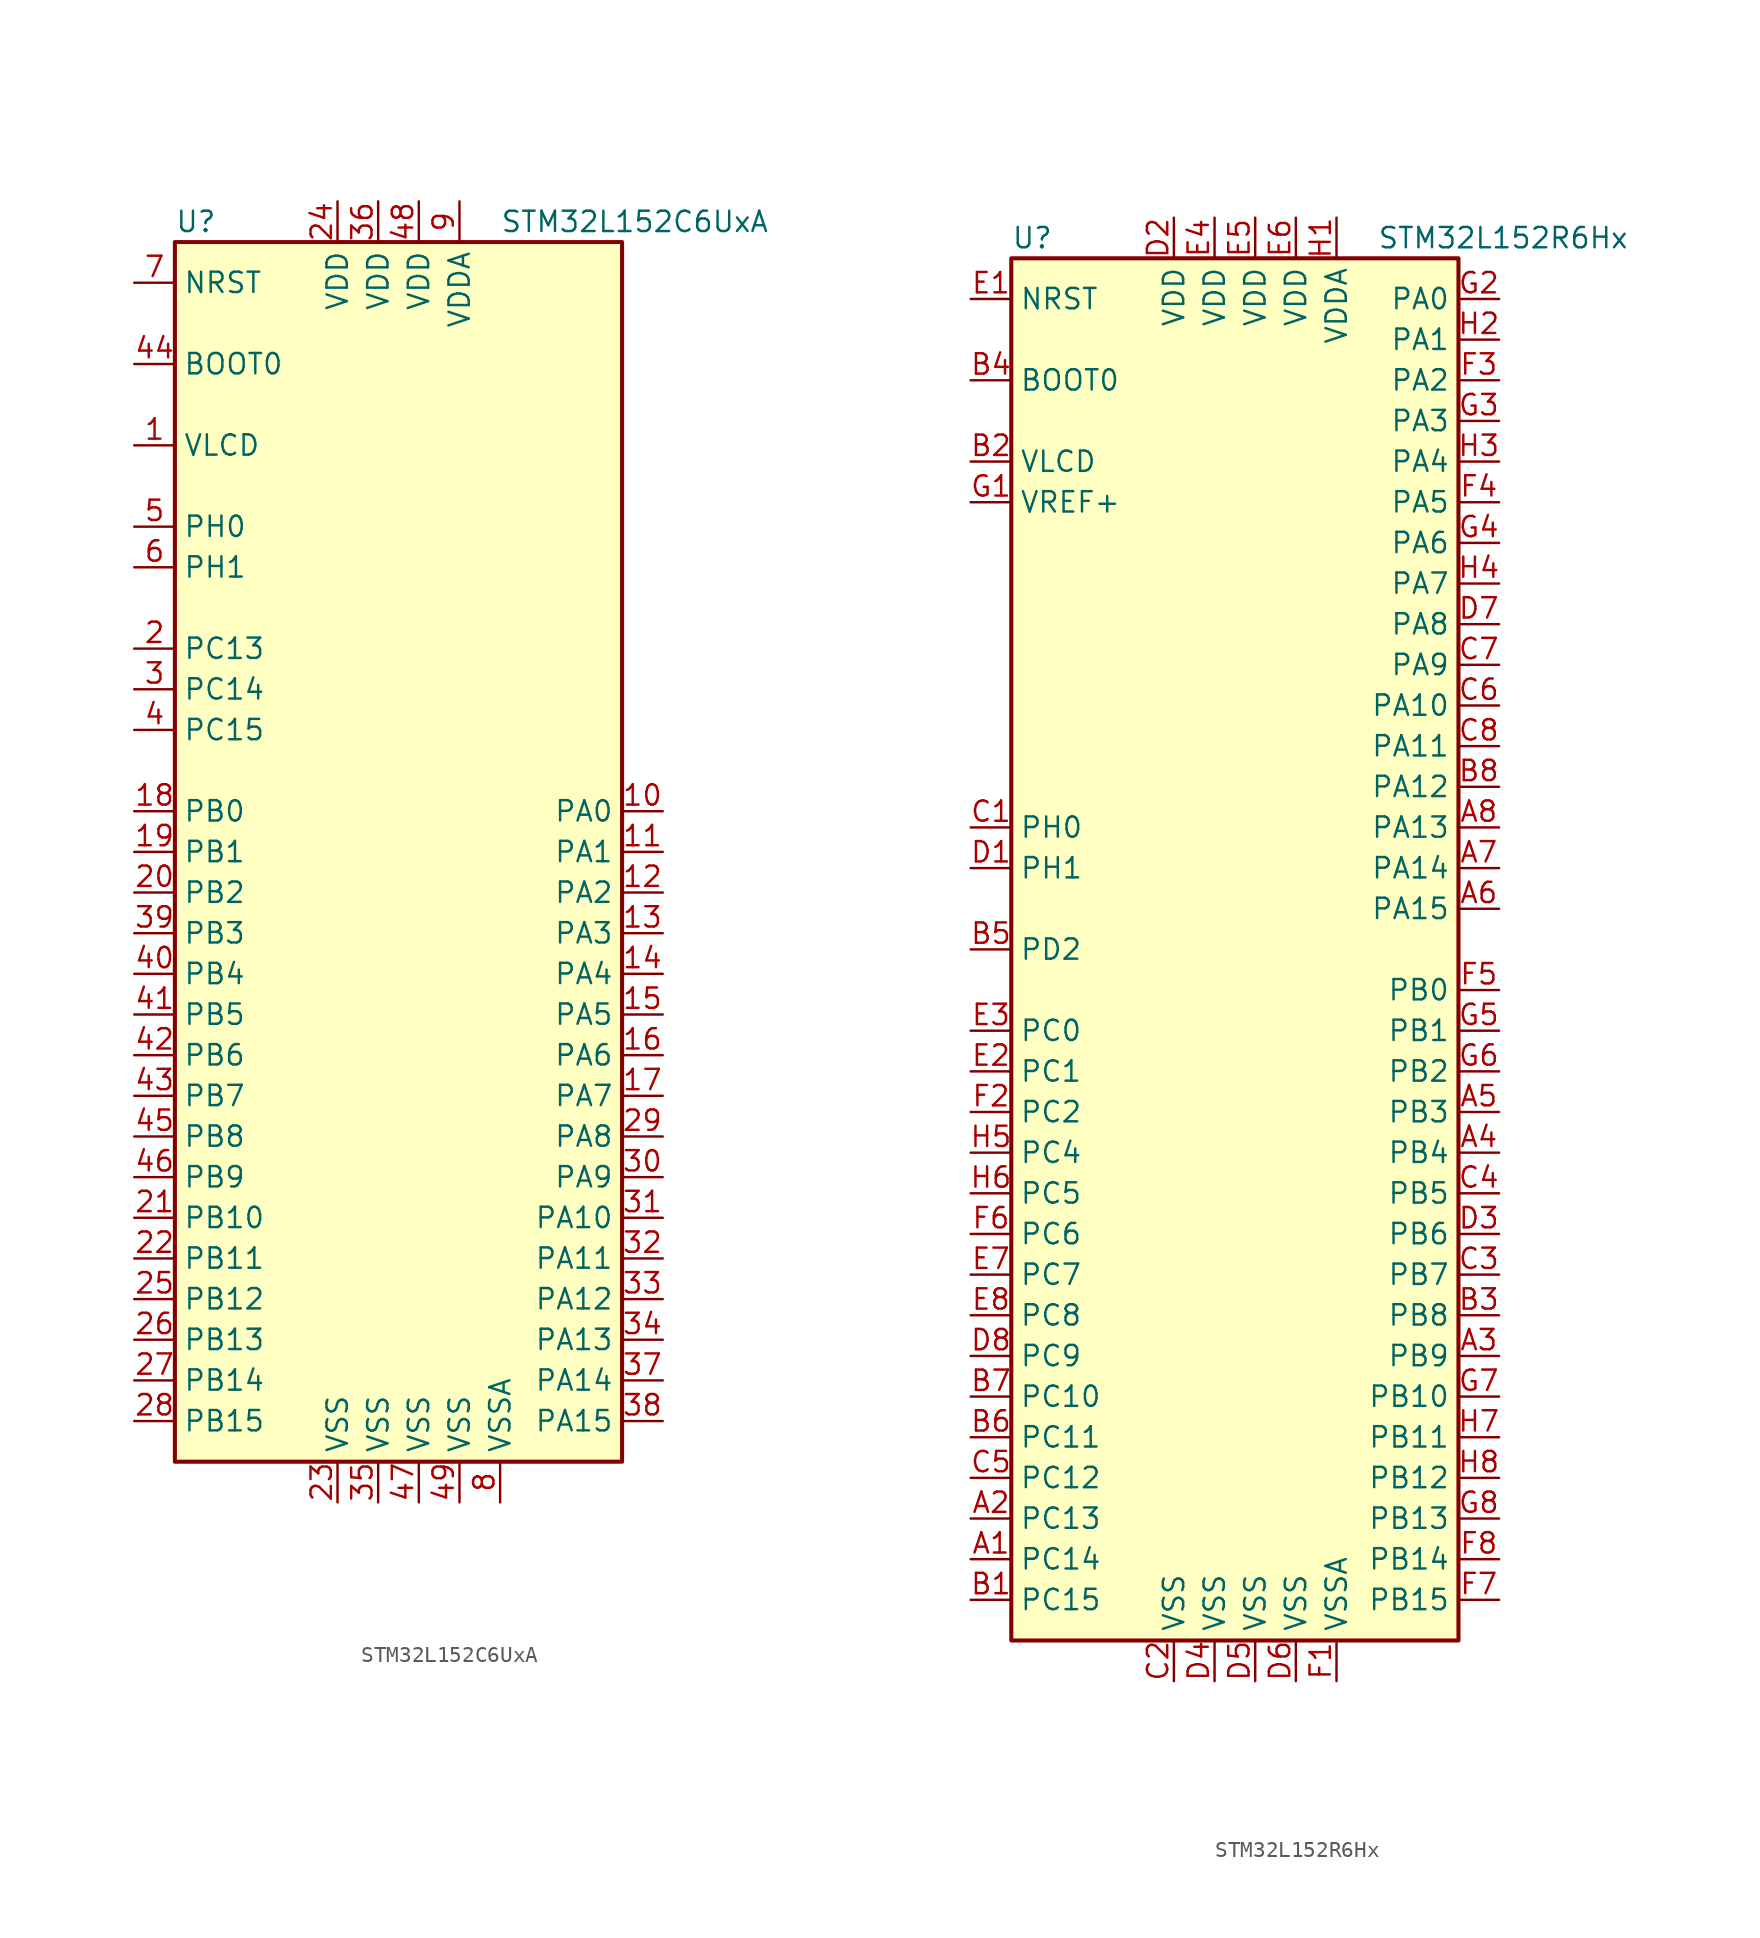
<source format=kicad_sym>
(kicad_symbol_lib
  (version 20201005)
  (generator kicad_symbol_editor)
  (symbol "STM32L152C6UxA"
    (property "Reference" "U"
      (at -15.24 39.37 0)
      (effects (font (size 1.27 1.27)) (justify left)))
    (property "Value" "STM32L152C6UxA"
      (at 5.08 39.37 0)
      (effects (font (size 1.27 1.27)) (justify left)))
    (symbol "STM32L152C6UxA_0_1"
      (rectangle (start -15.24 -38.1) (end 12.7 38.1) (stroke (width 0.254)) (fill (type background))))
    (symbol "STM32L152C6UxA_1_1"
      (pin input line (at -17.78 30.48 0) (length 2.54) (name "BOOT0" (effects (font (size 1.27 1.27)))) (number "44" (effects (font (size 1.27 1.27)))))
      (pin input line (at -17.78 35.56 0) (length 2.54) (name "NRST" (effects (font (size 1.27 1.27)))) (number "7" (effects (font (size 1.27 1.27)))))
      (pin bidirectional line (at 15.24 2.54 180) (length 2.54) (name "PA0" (effects (font (size 1.27 1.27)))) (number "10" (effects (font (size 1.27 1.27)))))
      (pin bidirectional line (at 15.24 0 180) (length 2.54) (name "PA1" (effects (font (size 1.27 1.27)))) (number "11" (effects (font (size 1.27 1.27)))))
      (pin bidirectional line (at 15.24 -22.86 180) (length 2.54) (name "PA10" (effects (font (size 1.27 1.27)))) (number "31" (effects (font (size 1.27 1.27)))))
      (pin bidirectional line (at 15.24 -25.4 180) (length 2.54) (name "PA11" (effects (font (size 1.27 1.27)))) (number "32" (effects (font (size 1.27 1.27)))))
      (pin bidirectional line (at 15.24 -27.94 180) (length 2.54) (name "PA12" (effects (font (size 1.27 1.27)))) (number "33" (effects (font (size 1.27 1.27)))))
      (pin bidirectional line (at 15.24 -30.48 180) (length 2.54) (name "PA13" (effects (font (size 1.27 1.27)))) (number "34" (effects (font (size 1.27 1.27)))))
      (pin bidirectional line (at 15.24 -33.02 180) (length 2.54) (name "PA14" (effects (font (size 1.27 1.27)))) (number "37" (effects (font (size 1.27 1.27)))))
      (pin bidirectional line (at 15.24 -35.56 180) (length 2.54) (name "PA15" (effects (font (size 1.27 1.27)))) (number "38" (effects (font (size 1.27 1.27)))))
      (pin bidirectional line (at 15.24 -2.54 180) (length 2.54) (name "PA2" (effects (font (size 1.27 1.27)))) (number "12" (effects (font (size 1.27 1.27)))))
      (pin bidirectional line (at 15.24 -5.08 180) (length 2.54) (name "PA3" (effects (font (size 1.27 1.27)))) (number "13" (effects (font (size 1.27 1.27)))))
      (pin bidirectional line (at 15.24 -7.62 180) (length 2.54) (name "PA4" (effects (font (size 1.27 1.27)))) (number "14" (effects (font (size 1.27 1.27)))))
      (pin bidirectional line (at 15.24 -10.16 180) (length 2.54) (name "PA5" (effects (font (size 1.27 1.27)))) (number "15" (effects (font (size 1.27 1.27)))))
      (pin bidirectional line (at 15.24 -12.7 180) (length 2.54) (name "PA6" (effects (font (size 1.27 1.27)))) (number "16" (effects (font (size 1.27 1.27)))))
      (pin bidirectional line (at 15.24 -15.24 180) (length 2.54) (name "PA7" (effects (font (size 1.27 1.27)))) (number "17" (effects (font (size 1.27 1.27)))))
      (pin bidirectional line (at 15.24 -17.78 180) (length 2.54) (name "PA8" (effects (font (size 1.27 1.27)))) (number "29" (effects (font (size 1.27 1.27)))))
      (pin bidirectional line (at 15.24 -20.32 180) (length 2.54) (name "PA9" (effects (font (size 1.27 1.27)))) (number "30" (effects (font (size 1.27 1.27)))))
      (pin bidirectional line (at -17.78 2.54 0) (length 2.54) (name "PB0" (effects (font (size 1.27 1.27)))) (number "18" (effects (font (size 1.27 1.27)))))
      (pin bidirectional line (at -17.78 0 0) (length 2.54) (name "PB1" (effects (font (size 1.27 1.27)))) (number "19" (effects (font (size 1.27 1.27)))))
      (pin bidirectional line (at -17.78 -22.86 0) (length 2.54) (name "PB10" (effects (font (size 1.27 1.27)))) (number "21" (effects (font (size 1.27 1.27)))))
      (pin bidirectional line (at -17.78 -25.4 0) (length 2.54) (name "PB11" (effects (font (size 1.27 1.27)))) (number "22" (effects (font (size 1.27 1.27)))))
      (pin bidirectional line (at -17.78 -27.94 0) (length 2.54) (name "PB12" (effects (font (size 1.27 1.27)))) (number "25" (effects (font (size 1.27 1.27)))))
      (pin bidirectional line (at -17.78 -30.48 0) (length 2.54) (name "PB13" (effects (font (size 1.27 1.27)))) (number "26" (effects (font (size 1.27 1.27)))))
      (pin bidirectional line (at -17.78 -33.02 0) (length 2.54) (name "PB14" (effects (font (size 1.27 1.27)))) (number "27" (effects (font (size 1.27 1.27)))))
      (pin bidirectional line (at -17.78 -35.56 0) (length 2.54) (name "PB15" (effects (font (size 1.27 1.27)))) (number "28" (effects (font (size 1.27 1.27)))))
      (pin bidirectional line (at -17.78 -2.54 0) (length 2.54) (name "PB2" (effects (font (size 1.27 1.27)))) (number "20" (effects (font (size 1.27 1.27)))))
      (pin bidirectional line (at -17.78 -5.08 0) (length 2.54) (name "PB3" (effects (font (size 1.27 1.27)))) (number "39" (effects (font (size 1.27 1.27)))))
      (pin bidirectional line (at -17.78 -7.62 0) (length 2.54) (name "PB4" (effects (font (size 1.27 1.27)))) (number "40" (effects (font (size 1.27 1.27)))))
      (pin bidirectional line (at -17.78 -10.16 0) (length 2.54) (name "PB5" (effects (font (size 1.27 1.27)))) (number "41" (effects (font (size 1.27 1.27)))))
      (pin bidirectional line (at -17.78 -12.7 0) (length 2.54) (name "PB6" (effects (font (size 1.27 1.27)))) (number "42" (effects (font (size 1.27 1.27)))))
      (pin bidirectional line (at -17.78 -15.24 0) (length 2.54) (name "PB7" (effects (font (size 1.27 1.27)))) (number "43" (effects (font (size 1.27 1.27)))))
      (pin bidirectional line (at -17.78 -17.78 0) (length 2.54) (name "PB8" (effects (font (size 1.27 1.27)))) (number "45" (effects (font (size 1.27 1.27)))))
      (pin bidirectional line (at -17.78 -20.32 0) (length 2.54) (name "PB9" (effects (font (size 1.27 1.27)))) (number "46" (effects (font (size 1.27 1.27)))))
      (pin bidirectional line (at -17.78 12.7 0) (length 2.54) (name "PC13" (effects (font (size 1.27 1.27)))) (number "2" (effects (font (size 1.27 1.27)))))
      (pin bidirectional line (at -17.78 10.16 0) (length 2.54) (name "PC14" (effects (font (size 1.27 1.27)))) (number "3" (effects (font (size 1.27 1.27)))))
      (pin bidirectional line (at -17.78 7.62 0) (length 2.54) (name "PC15" (effects (font (size 1.27 1.27)))) (number "4" (effects (font (size 1.27 1.27)))))
      (pin input line (at -17.78 20.32 0) (length 2.54) (name "PH0" (effects (font (size 1.27 1.27)))) (number "5" (effects (font (size 1.27 1.27)))))
      (pin input line (at -17.78 17.78 0) (length 2.54) (name "PH1" (effects (font (size 1.27 1.27)))) (number "6" (effects (font (size 1.27 1.27)))))
      (pin power_in line (at -5.08 40.64 270) (length 2.54) (name "VDD" (effects (font (size 1.27 1.27)))) (number "24" (effects (font (size 1.27 1.27)))))
      (pin power_in line (at -2.54 40.64 270) (length 2.54) (name "VDD" (effects (font (size 1.27 1.27)))) (number "36" (effects (font (size 1.27 1.27)))))
      (pin power_in line (at 0 40.64 270) (length 2.54) (name "VDD" (effects (font (size 1.27 1.27)))) (number "48" (effects (font (size 1.27 1.27)))))
      (pin power_in line (at 2.54 40.64 270) (length 2.54) (name "VDDA" (effects (font (size 1.27 1.27)))) (number "9" (effects (font (size 1.27 1.27)))))
      (pin power_in line (at -17.78 25.4 0) (length 2.54) (name "VLCD" (effects (font (size 1.27 1.27)))) (number "1" (effects (font (size 1.27 1.27)))))
      (pin power_in line (at -5.08 -40.64 90) (length 2.54) (name "VSS" (effects (font (size 1.27 1.27)))) (number "23" (effects (font (size 1.27 1.27)))))
      (pin power_in line (at -2.54 -40.64 90) (length 2.54) (name "VSS" (effects (font (size 1.27 1.27)))) (number "35" (effects (font (size 1.27 1.27)))))
      (pin power_in line (at 0 -40.64 90) (length 2.54) (name "VSS" (effects (font (size 1.27 1.27)))) (number "47" (effects (font (size 1.27 1.27)))))
      (pin power_in line (at 2.54 -40.64 90) (length 2.54) (name "VSS" (effects (font (size 1.27 1.27)))) (number "49" (effects (font (size 1.27 1.27)))))
      (pin power_in line (at 5.08 -40.64 90) (length 2.54) (name "VSSA" (effects (font (size 1.27 1.27)))) (number "8" (effects (font (size 1.27 1.27)))))))
  (symbol "STM32L152R6Hx"
    (property "Reference" "U"
      (at -15.24 44.45 0)
      (effects (font (size 1.27 1.27)) (justify left)))
    (property "Value" "STM32L152R6Hx"
      (at 7.62 44.45 0)
      (effects (font (size 1.27 1.27)) (justify left)))
    (symbol "STM32L152R6Hx_0_1"
      (rectangle (start -15.24 -43.18) (end 12.7 43.18) (stroke (width 0.254)) (fill (type background))))
    (symbol "STM32L152R6Hx_1_1"
      (pin input line (at -17.78 35.56 0) (length 2.54) (name "BOOT0" (effects (font (size 1.27 1.27)))) (number "B4" (effects (font (size 1.27 1.27)))))
      (pin input line (at -17.78 40.64 0) (length 2.54) (name "NRST" (effects (font (size 1.27 1.27)))) (number "E1" (effects (font (size 1.27 1.27)))))
      (pin bidirectional line (at 15.24 40.64 180) (length 2.54) (name "PA0" (effects (font (size 1.27 1.27)))) (number "G2" (effects (font (size 1.27 1.27)))))
      (pin bidirectional line (at 15.24 38.1 180) (length 2.54) (name "PA1" (effects (font (size 1.27 1.27)))) (number "H2" (effects (font (size 1.27 1.27)))))
      (pin bidirectional line (at 15.24 15.24 180) (length 2.54) (name "PA10" (effects (font (size 1.27 1.27)))) (number "C6" (effects (font (size 1.27 1.27)))))
      (pin bidirectional line (at 15.24 12.7 180) (length 2.54) (name "PA11" (effects (font (size 1.27 1.27)))) (number "C8" (effects (font (size 1.27 1.27)))))
      (pin bidirectional line (at 15.24 10.16 180) (length 2.54) (name "PA12" (effects (font (size 1.27 1.27)))) (number "B8" (effects (font (size 1.27 1.27)))))
      (pin bidirectional line (at 15.24 7.62 180) (length 2.54) (name "PA13" (effects (font (size 1.27 1.27)))) (number "A8" (effects (font (size 1.27 1.27)))))
      (pin bidirectional line (at 15.24 5.08 180) (length 2.54) (name "PA14" (effects (font (size 1.27 1.27)))) (number "A7" (effects (font (size 1.27 1.27)))))
      (pin bidirectional line (at 15.24 2.54 180) (length 2.54) (name "PA15" (effects (font (size 1.27 1.27)))) (number "A6" (effects (font (size 1.27 1.27)))))
      (pin bidirectional line (at 15.24 35.56 180) (length 2.54) (name "PA2" (effects (font (size 1.27 1.27)))) (number "F3" (effects (font (size 1.27 1.27)))))
      (pin bidirectional line (at 15.24 33.02 180) (length 2.54) (name "PA3" (effects (font (size 1.27 1.27)))) (number "G3" (effects (font (size 1.27 1.27)))))
      (pin bidirectional line (at 15.24 30.48 180) (length 2.54) (name "PA4" (effects (font (size 1.27 1.27)))) (number "H3" (effects (font (size 1.27 1.27)))))
      (pin bidirectional line (at 15.24 27.94 180) (length 2.54) (name "PA5" (effects (font (size 1.27 1.27)))) (number "F4" (effects (font (size 1.27 1.27)))))
      (pin bidirectional line (at 15.24 25.4 180) (length 2.54) (name "PA6" (effects (font (size 1.27 1.27)))) (number "G4" (effects (font (size 1.27 1.27)))))
      (pin bidirectional line (at 15.24 22.86 180) (length 2.54) (name "PA7" (effects (font (size 1.27 1.27)))) (number "H4" (effects (font (size 1.27 1.27)))))
      (pin bidirectional line (at 15.24 20.32 180) (length 2.54) (name "PA8" (effects (font (size 1.27 1.27)))) (number "D7" (effects (font (size 1.27 1.27)))))
      (pin bidirectional line (at 15.24 17.78 180) (length 2.54) (name "PA9" (effects (font (size 1.27 1.27)))) (number "C7" (effects (font (size 1.27 1.27)))))
      (pin bidirectional line (at 15.24 -2.54 180) (length 2.54) (name "PB0" (effects (font (size 1.27 1.27)))) (number "F5" (effects (font (size 1.27 1.27)))))
      (pin bidirectional line (at 15.24 -5.08 180) (length 2.54) (name "PB1" (effects (font (size 1.27 1.27)))) (number "G5" (effects (font (size 1.27 1.27)))))
      (pin bidirectional line (at 15.24 -27.94 180) (length 2.54) (name "PB10" (effects (font (size 1.27 1.27)))) (number "G7" (effects (font (size 1.27 1.27)))))
      (pin bidirectional line (at 15.24 -30.48 180) (length 2.54) (name "PB11" (effects (font (size 1.27 1.27)))) (number "H7" (effects (font (size 1.27 1.27)))))
      (pin bidirectional line (at 15.24 -33.02 180) (length 2.54) (name "PB12" (effects (font (size 1.27 1.27)))) (number "H8" (effects (font (size 1.27 1.27)))))
      (pin bidirectional line (at 15.24 -35.56 180) (length 2.54) (name "PB13" (effects (font (size 1.27 1.27)))) (number "G8" (effects (font (size 1.27 1.27)))))
      (pin bidirectional line (at 15.24 -38.1 180) (length 2.54) (name "PB14" (effects (font (size 1.27 1.27)))) (number "F8" (effects (font (size 1.27 1.27)))))
      (pin bidirectional line (at 15.24 -40.64 180) (length 2.54) (name "PB15" (effects (font (size 1.27 1.27)))) (number "F7" (effects (font (size 1.27 1.27)))))
      (pin bidirectional line (at 15.24 -7.62 180) (length 2.54) (name "PB2" (effects (font (size 1.27 1.27)))) (number "G6" (effects (font (size 1.27 1.27)))))
      (pin bidirectional line (at 15.24 -10.16 180) (length 2.54) (name "PB3" (effects (font (size 1.27 1.27)))) (number "A5" (effects (font (size 1.27 1.27)))))
      (pin bidirectional line (at 15.24 -12.7 180) (length 2.54) (name "PB4" (effects (font (size 1.27 1.27)))) (number "A4" (effects (font (size 1.27 1.27)))))
      (pin bidirectional line (at 15.24 -15.24 180) (length 2.54) (name "PB5" (effects (font (size 1.27 1.27)))) (number "C4" (effects (font (size 1.27 1.27)))))
      (pin bidirectional line (at 15.24 -17.78 180) (length 2.54) (name "PB6" (effects (font (size 1.27 1.27)))) (number "D3" (effects (font (size 1.27 1.27)))))
      (pin bidirectional line (at 15.24 -20.32 180) (length 2.54) (name "PB7" (effects (font (size 1.27 1.27)))) (number "C3" (effects (font (size 1.27 1.27)))))
      (pin bidirectional line (at 15.24 -22.86 180) (length 2.54) (name "PB8" (effects (font (size 1.27 1.27)))) (number "B3" (effects (font (size 1.27 1.27)))))
      (pin bidirectional line (at 15.24 -25.4 180) (length 2.54) (name "PB9" (effects (font (size 1.27 1.27)))) (number "A3" (effects (font (size 1.27 1.27)))))
      (pin bidirectional line (at -17.78 -5.08 0) (length 2.54) (name "PC0" (effects (font (size 1.27 1.27)))) (number "E3" (effects (font (size 1.27 1.27)))))
      (pin bidirectional line (at -17.78 -7.62 0) (length 2.54) (name "PC1" (effects (font (size 1.27 1.27)))) (number "E2" (effects (font (size 1.27 1.27)))))
      (pin bidirectional line (at -17.78 -27.94 0) (length 2.54) (name "PC10" (effects (font (size 1.27 1.27)))) (number "B7" (effects (font (size 1.27 1.27)))))
      (pin bidirectional line (at -17.78 -30.48 0) (length 2.54) (name "PC11" (effects (font (size 1.27 1.27)))) (number "B6" (effects (font (size 1.27 1.27)))))
      (pin bidirectional line (at -17.78 -33.02 0) (length 2.54) (name "PC12" (effects (font (size 1.27 1.27)))) (number "C5" (effects (font (size 1.27 1.27)))))
      (pin bidirectional line (at -17.78 -35.56 0) (length 2.54) (name "PC13" (effects (font (size 1.27 1.27)))) (number "A2" (effects (font (size 1.27 1.27)))))
      (pin bidirectional line (at -17.78 -38.1 0) (length 2.54) (name "PC14" (effects (font (size 1.27 1.27)))) (number "A1" (effects (font (size 1.27 1.27)))))
      (pin bidirectional line (at -17.78 -40.64 0) (length 2.54) (name "PC15" (effects (font (size 1.27 1.27)))) (number "B1" (effects (font (size 1.27 1.27)))))
      (pin bidirectional line (at -17.78 -10.16 0) (length 2.54) (name "PC2" (effects (font (size 1.27 1.27)))) (number "F2" (effects (font (size 1.27 1.27)))))
      (pin bidirectional line (at -17.78 -12.7 0) (length 2.54) (name "PC4" (effects (font (size 1.27 1.27)))) (number "H5" (effects (font (size 1.27 1.27)))))
      (pin bidirectional line (at -17.78 -15.24 0) (length 2.54) (name "PC5" (effects (font (size 1.27 1.27)))) (number "H6" (effects (font (size 1.27 1.27)))))
      (pin bidirectional line (at -17.78 -17.78 0) (length 2.54) (name "PC6" (effects (font (size 1.27 1.27)))) (number "F6" (effects (font (size 1.27 1.27)))))
      (pin bidirectional line (at -17.78 -20.32 0) (length 2.54) (name "PC7" (effects (font (size 1.27 1.27)))) (number "E7" (effects (font (size 1.27 1.27)))))
      (pin bidirectional line (at -17.78 -22.86 0) (length 2.54) (name "PC8" (effects (font (size 1.27 1.27)))) (number "E8" (effects (font (size 1.27 1.27)))))
      (pin bidirectional line (at -17.78 -25.4 0) (length 2.54) (name "PC9" (effects (font (size 1.27 1.27)))) (number "D8" (effects (font (size 1.27 1.27)))))
      (pin bidirectional line (at -17.78 0 0) (length 2.54) (name "PD2" (effects (font (size 1.27 1.27)))) (number "B5" (effects (font (size 1.27 1.27)))))
      (pin input line (at -17.78 7.62 0) (length 2.54) (name "PH0" (effects (font (size 1.27 1.27)))) (number "C1" (effects (font (size 1.27 1.27)))))
      (pin input line (at -17.78 5.08 0) (length 2.54) (name "PH1" (effects (font (size 1.27 1.27)))) (number "D1" (effects (font (size 1.27 1.27)))))
      (pin power_in line (at -5.08 45.72 270) (length 2.54) (name "VDD" (effects (font (size 1.27 1.27)))) (number "D2" (effects (font (size 1.27 1.27)))))
      (pin power_in line (at -2.54 45.72 270) (length 2.54) (name "VDD" (effects (font (size 1.27 1.27)))) (number "E4" (effects (font (size 1.27 1.27)))))
      (pin power_in line (at 0 45.72 270) (length 2.54) (name "VDD" (effects (font (size 1.27 1.27)))) (number "E5" (effects (font (size 1.27 1.27)))))
      (pin power_in line (at 2.54 45.72 270) (length 2.54) (name "VDD" (effects (font (size 1.27 1.27)))) (number "E6" (effects (font (size 1.27 1.27)))))
      (pin power_in line (at 5.08 45.72 270) (length 2.54) (name "VDDA" (effects (font (size 1.27 1.27)))) (number "H1" (effects (font (size 1.27 1.27)))))
      (pin power_in line (at -17.78 30.48 0) (length 2.54) (name "VLCD" (effects (font (size 1.27 1.27)))) (number "B2" (effects (font (size 1.27 1.27)))))
      (pin power_in line (at -17.78 27.94 0) (length 2.54) (name "VREF+" (effects (font (size 1.27 1.27)))) (number "G1" (effects (font (size 1.27 1.27)))))
      (pin power_in line (at -5.08 -45.72 90) (length 2.54) (name "VSS" (effects (font (size 1.27 1.27)))) (number "C2" (effects (font (size 1.27 1.27)))))
      (pin power_in line (at -2.54 -45.72 90) (length 2.54) (name "VSS" (effects (font (size 1.27 1.27)))) (number "D4" (effects (font (size 1.27 1.27)))))
      (pin power_in line (at 0 -45.72 90) (length 2.54) (name "VSS" (effects (font (size 1.27 1.27)))) (number "D5" (effects (font (size 1.27 1.27)))))
      (pin power_in line (at 2.54 -45.72 90) (length 2.54) (name "VSS" (effects (font (size 1.27 1.27)))) (number "D6" (effects (font (size 1.27 1.27)))))
      (pin power_in line (at 5.08 -45.72 90) (length 2.54) (name "VSSA" (effects (font (size 1.27 1.27)))) (number "F1" (effects (font (size 1.27 1.27))))))))
</source>
